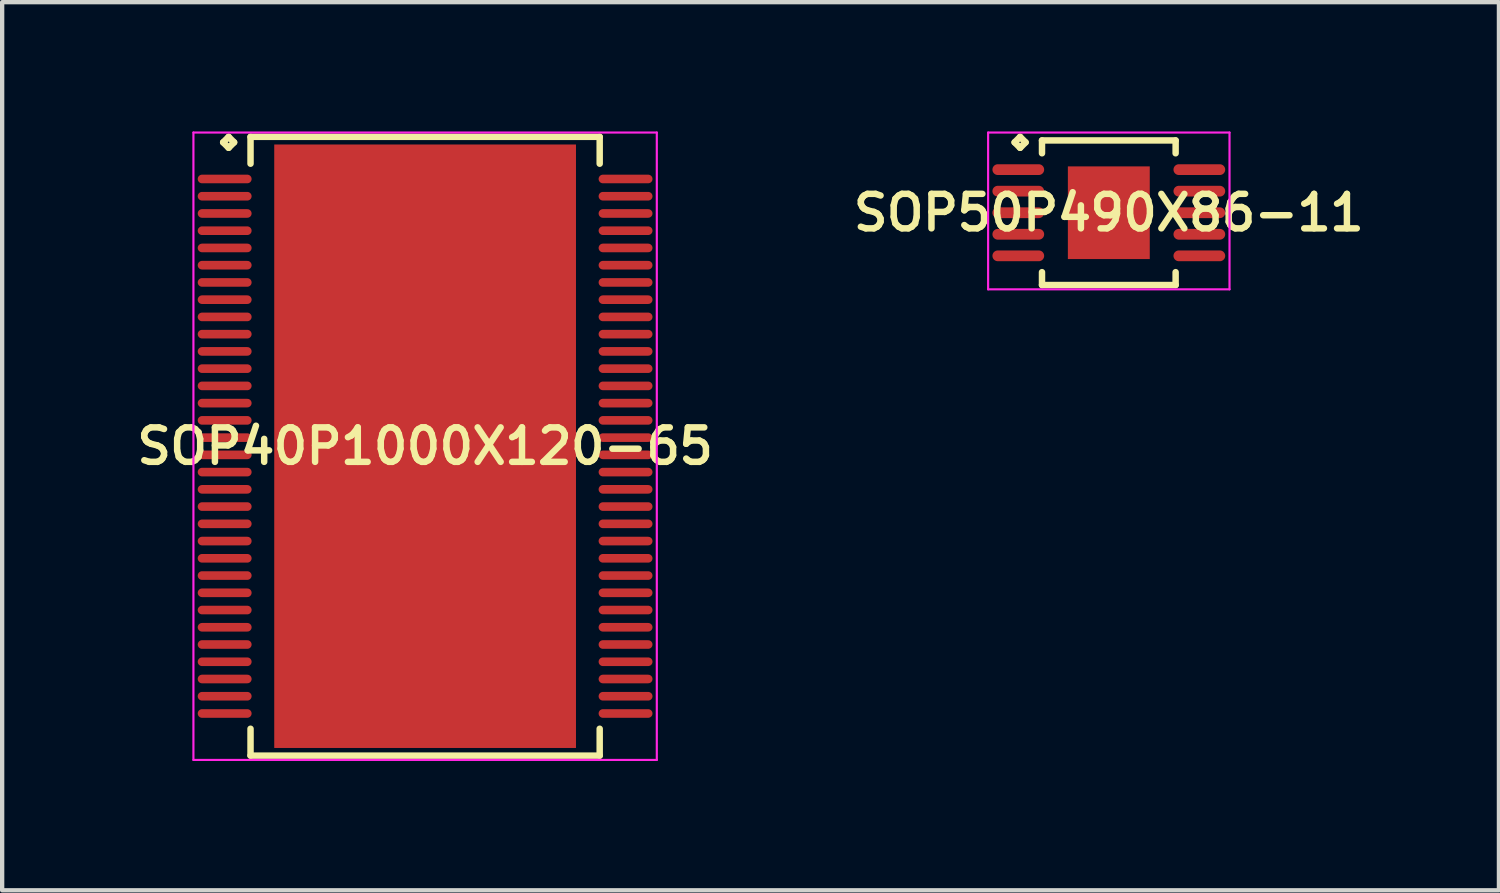
<source format=kicad_pcb>
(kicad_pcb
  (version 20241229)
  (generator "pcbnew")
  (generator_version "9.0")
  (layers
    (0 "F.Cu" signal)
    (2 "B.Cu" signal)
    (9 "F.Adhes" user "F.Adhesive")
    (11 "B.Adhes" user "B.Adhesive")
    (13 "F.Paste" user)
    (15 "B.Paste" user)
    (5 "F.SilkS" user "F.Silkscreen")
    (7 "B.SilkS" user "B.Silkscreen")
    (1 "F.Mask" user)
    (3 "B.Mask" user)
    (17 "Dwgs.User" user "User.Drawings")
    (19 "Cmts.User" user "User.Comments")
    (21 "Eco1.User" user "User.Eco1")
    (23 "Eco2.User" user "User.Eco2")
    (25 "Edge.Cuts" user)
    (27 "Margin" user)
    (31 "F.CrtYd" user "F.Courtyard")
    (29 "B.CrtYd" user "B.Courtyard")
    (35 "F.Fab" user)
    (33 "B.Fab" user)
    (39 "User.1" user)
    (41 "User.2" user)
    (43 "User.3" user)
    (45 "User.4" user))
  (footprint "SOP50P490X86-11"
    (layer "F.Cu")
    (at 22.673 1.885)
    (property "Reference" "SOP50P490X86-11" (at 0 0 0) (layer "F.SilkS") (effects (font (size 0.8 0.8) (thickness 0.15))))
    (attr smd)
    (fp_line (start -2.185 -1.633) (end -2.058 -1.76) (stroke (width 0.15) (type solid)) (layer "F.SilkS"))
    (fp_line (start -2.058 -1.76) (end -1.931 -1.633) (stroke (width 0.15) (type solid)) (layer "F.SilkS"))
    (fp_line (start -2.058 -1.506) (end -2.185 -1.633) (stroke (width 0.15) (type solid)) (layer "F.SilkS"))
    (fp_line (start -1.931 -1.633) (end -2.058 -1.506) (stroke (width 0.15) (type solid)) (layer "F.SilkS"))
    (fp_line (start -1.55 -1.677) (end 1.55 -1.677) (stroke (width 0.15) (type solid)) (layer "F.SilkS"))
    (fp_line (start -1.55 -1.379) (end -1.55 -1.677) (stroke (width 0.15) (type solid)) (layer "F.SilkS"))
    (fp_line (start -1.55 1.379) (end -1.55 1.677) (stroke (width 0.15) (type solid)) (layer "F.SilkS"))
    (fp_line (start -1.55 1.677) (end 1.55 1.677) (stroke (width 0.15) (type solid)) (layer "F.SilkS"))
    (fp_line (start 1.55 -1.677) (end 1.55 -1.379) (stroke (width 0.15) (type solid)) (layer "F.SilkS"))
    (fp_line (start 1.55 1.677) (end 1.55 1.379) (stroke (width 0.15) (type solid)) (layer "F.SilkS"))
    (fp_line (start -2.8 -1.86) (end 2.8 -1.86) (stroke (width 0.05) (type solid)) (layer "F.CrtYd"))
    (fp_line (start -2.8 1.777) (end -2.8 -1.86) (stroke (width 0.05) (type solid)) (layer "F.CrtYd"))
    (fp_line (start 2.8 -1.86) (end 2.8 1.777) (stroke (width 0.05) (type solid)) (layer "F.CrtYd"))
    (fp_line (start 2.8 1.777) (end -2.8 1.777) (stroke (width 0.05) (type solid)) (layer "F.CrtYd"))
    (pad "1" smd oval (at -2.1 -1) (size 1.2 0.25) (layers "F.Cu" "F.Mask" "F.Paste"))
    (pad "2" smd oval (at -2.1 -0.5) (size 1.2 0.25) (layers "F.Cu" "F.Mask" "F.Paste"))
    (pad "3" smd oval (at -2.1 0) (size 1.2 0.25) (layers "F.Cu" "F.Mask" "F.Paste"))
    (pad "4" smd oval (at -2.1 0.5) (size 1.2 0.25) (layers "F.Cu" "F.Mask" "F.Paste"))
    (pad "5" smd oval (at -2.1 1) (size 1.2 0.25) (layers "F.Cu" "F.Mask" "F.Paste"))
    (pad "6" smd oval (at 2.1 1) (size 1.2 0.25) (layers "F.Cu" "F.Mask" "F.Paste"))
    (pad "7" smd oval (at 2.1 0.5) (size 1.2 0.25) (layers "F.Cu" "F.Mask" "F.Paste"))
    (pad "8" smd oval (at 2.1 0) (size 1.2 0.25) (layers "F.Cu" "F.Mask" "F.Paste"))
    (pad "9" smd oval (at 2.1 -0.5) (size 1.2 0.25) (layers "F.Cu" "F.Mask" "F.Paste"))
    (pad "10" smd oval (at 2.1 -1) (size 1.2 0.25) (layers "F.Cu" "F.Mask" "F.Paste"))
    (pad "11" smd rect (at 0 0) (size 1.9 2.15) (layers "F.Cu" "F.Mask" "F.Paste")))
  (footprint "SOP40P1000X120-65"
    (layer "F.Cu")
    (at 6.812 7.302)
    (property "Reference" "SOP40P1000X120-65" (at 0 0 0) (layer "F.SilkS") (effects (font (size 0.8 0.8) (thickness 0.15))))
    (attr smd)
    (fp_line (start -4.685 -7.05) (end -4.558 -7.177) (stroke (width 0.15) (type solid)) (layer "F.SilkS"))
    (fp_line (start -4.558 -7.177) (end -4.431 -7.05) (stroke (width 0.15) (type solid)) (layer "F.SilkS"))
    (fp_line (start -4.558 -6.923) (end -4.685 -7.05) (stroke (width 0.15) (type solid)) (layer "F.SilkS"))
    (fp_line (start -4.431 -7.05) (end -4.558 -6.923) (stroke (width 0.15) (type solid)) (layer "F.SilkS"))
    (fp_line (start -4.05 -7.177) (end 4.05 -7.177) (stroke (width 0.15) (type solid)) (layer "F.SilkS"))
    (fp_line (start -4.05 -6.554) (end -4.05 -7.177) (stroke (width 0.15) (type solid)) (layer "F.SilkS"))
    (fp_line (start -4.05 6.554) (end -4.05 7.177) (stroke (width 0.15) (type solid)) (layer "F.SilkS"))
    (fp_line (start -4.05 7.177) (end 4.05 7.177) (stroke (width 0.15) (type solid)) (layer "F.SilkS"))
    (fp_line (start 4.05 -7.177) (end 4.05 -6.554) (stroke (width 0.15) (type solid)) (layer "F.SilkS"))
    (fp_line (start 4.05 7.177) (end 4.05 6.554) (stroke (width 0.15) (type solid)) (layer "F.SilkS"))
    (fp_line (start -5.375 -7.277) (end 5.375 -7.277) (stroke (width 0.05) (type solid)) (layer "F.CrtYd"))
    (fp_line (start -5.375 7.277) (end -5.375 -7.277) (stroke (width 0.05) (type solid)) (layer "F.CrtYd"))
    (fp_line (start 5.375 -7.277) (end 5.375 7.277) (stroke (width 0.05) (type solid)) (layer "F.CrtYd"))
    (fp_line (start 5.375 7.277) (end -5.375 7.277) (stroke (width 0.05) (type solid)) (layer "F.CrtYd"))
    (pad "1" smd oval (at -4.65 -6.2) (size 1.25 0.2) (layers "F.Cu" "F.Mask" "F.Paste"))
    (pad "2" smd oval (at -4.65 -5.8) (size 1.25 0.2) (layers "F.Cu" "F.Mask" "F.Paste"))
    (pad "3" smd oval (at -4.65 -5.4) (size 1.25 0.2) (layers "F.Cu" "F.Mask" "F.Paste"))
    (pad "4" smd oval (at -4.65 -5) (size 1.25 0.2) (layers "F.Cu" "F.Mask" "F.Paste"))
    (pad "5" smd oval (at -4.65 -4.6) (size 1.25 0.2) (layers "F.Cu" "F.Mask" "F.Paste"))
    (pad "6" smd oval (at -4.65 -4.2) (size 1.25 0.2) (layers "F.Cu" "F.Mask" "F.Paste"))
    (pad "7" smd oval (at -4.65 -3.8) (size 1.25 0.2) (layers "F.Cu" "F.Mask" "F.Paste"))
    (pad "8" smd oval (at -4.65 -3.4) (size 1.25 0.2) (layers "F.Cu" "F.Mask" "F.Paste"))
    (pad "9" smd oval (at -4.65 -3) (size 1.25 0.2) (layers "F.Cu" "F.Mask" "F.Paste"))
    (pad "10" smd oval (at -4.65 -2.6) (size 1.25 0.2) (layers "F.Cu" "F.Mask" "F.Paste"))
    (pad "11" smd oval (at -4.65 -2.2) (size 1.25 0.2) (layers "F.Cu" "F.Mask" "F.Paste"))
    (pad "12" smd oval (at -4.65 -1.8) (size 1.25 0.2) (layers "F.Cu" "F.Mask" "F.Paste"))
    (pad "13" smd oval (at -4.65 -1.4) (size 1.25 0.2) (layers "F.Cu" "F.Mask" "F.Paste"))
    (pad "14" smd oval (at -4.65 -1) (size 1.25 0.2) (layers "F.Cu" "F.Mask" "F.Paste"))
    (pad "15" smd oval (at -4.65 -0.6) (size 1.25 0.2) (layers "F.Cu" "F.Mask" "F.Paste"))
    (pad "16" smd oval (at -4.65 -0.2) (size 1.25 0.2) (layers "F.Cu" "F.Mask" "F.Paste"))
    (pad "17" smd oval (at -4.65 0.2) (size 1.25 0.2) (layers "F.Cu" "F.Mask" "F.Paste"))
    (pad "18" smd oval (at -4.65 0.6) (size 1.25 0.2) (layers "F.Cu" "F.Mask" "F.Paste"))
    (pad "19" smd oval (at -4.65 1) (size 1.25 0.2) (layers "F.Cu" "F.Mask" "F.Paste"))
    (pad "20" smd oval (at -4.65 1.4) (size 1.25 0.2) (layers "F.Cu" "F.Mask" "F.Paste"))
    (pad "21" smd oval (at -4.65 1.8) (size 1.25 0.2) (layers "F.Cu" "F.Mask" "F.Paste"))
    (pad "22" smd oval (at -4.65 2.2) (size 1.25 0.2) (layers "F.Cu" "F.Mask" "F.Paste"))
    (pad "23" smd oval (at -4.65 2.6) (size 1.25 0.2) (layers "F.Cu" "F.Mask" "F.Paste"))
    (pad "24" smd oval (at -4.65 3) (size 1.25 0.2) (layers "F.Cu" "F.Mask" "F.Paste"))
    (pad "25" smd oval (at -4.65 3.4) (size 1.25 0.2) (layers "F.Cu" "F.Mask" "F.Paste"))
    (pad "26" smd oval (at -4.65 3.8) (size 1.25 0.2) (layers "F.Cu" "F.Mask" "F.Paste"))
    (pad "27" smd oval (at -4.65 4.2) (size 1.25 0.2) (layers "F.Cu" "F.Mask" "F.Paste"))
    (pad "28" smd oval (at -4.65 4.6) (size 1.25 0.2) (layers "F.Cu" "F.Mask" "F.Paste"))
    (pad "29" smd oval (at -4.65 5) (size 1.25 0.2) (layers "F.Cu" "F.Mask" "F.Paste"))
    (pad "30" smd oval (at -4.65 5.4) (size 1.25 0.2) (layers "F.Cu" "F.Mask" "F.Paste"))
    (pad "31" smd oval (at -4.65 5.8) (size 1.25 0.2) (layers "F.Cu" "F.Mask" "F.Paste"))
    (pad "32" smd oval (at -4.65 6.2) (size 1.25 0.2) (layers "F.Cu" "F.Mask" "F.Paste"))
    (pad "33" smd oval (at 4.65 6.2) (size 1.25 0.2) (layers "F.Cu" "F.Mask" "F.Paste"))
    (pad "34" smd oval (at 4.65 5.8) (size 1.25 0.2) (layers "F.Cu" "F.Mask" "F.Paste"))
    (pad "35" smd oval (at 4.65 5.4) (size 1.25 0.2) (layers "F.Cu" "F.Mask" "F.Paste"))
    (pad "36" smd oval (at 4.65 5) (size 1.25 0.2) (layers "F.Cu" "F.Mask" "F.Paste"))
    (pad "37" smd oval (at 4.65 4.6) (size 1.25 0.2) (layers "F.Cu" "F.Mask" "F.Paste"))
    (pad "38" smd oval (at 4.65 4.2) (size 1.25 0.2) (layers "F.Cu" "F.Mask" "F.Paste"))
    (pad "39" smd oval (at 4.65 3.8) (size 1.25 0.2) (layers "F.Cu" "F.Mask" "F.Paste"))
    (pad "40" smd oval (at 4.65 3.4) (size 1.25 0.2) (layers "F.Cu" "F.Mask" "F.Paste"))
    (pad "41" smd oval (at 4.65 3) (size 1.25 0.2) (layers "F.Cu" "F.Mask" "F.Paste"))
    (pad "42" smd oval (at 4.65 2.6) (size 1.25 0.2) (layers "F.Cu" "F.Mask" "F.Paste"))
    (pad "43" smd oval (at 4.65 2.2) (size 1.25 0.2) (layers "F.Cu" "F.Mask" "F.Paste"))
    (pad "44" smd oval (at 4.65 1.8) (size 1.25 0.2) (layers "F.Cu" "F.Mask" "F.Paste"))
    (pad "45" smd oval (at 4.65 1.4) (size 1.25 0.2) (layers "F.Cu" "F.Mask" "F.Paste"))
    (pad "46" smd oval (at 4.65 1) (size 1.25 0.2) (layers "F.Cu" "F.Mask" "F.Paste"))
    (pad "47" smd oval (at 4.65 0.6) (size 1.25 0.2) (layers "F.Cu" "F.Mask" "F.Paste"))
    (pad "48" smd oval (at 4.65 0.2) (size 1.25 0.2) (layers "F.Cu" "F.Mask" "F.Paste"))
    (pad "49" smd oval (at 4.65 -0.2) (size 1.25 0.2) (layers "F.Cu" "F.Mask" "F.Paste"))
    (pad "50" smd oval (at 4.65 -0.6) (size 1.25 0.2) (layers "F.Cu" "F.Mask" "F.Paste"))
    (pad "51" smd oval (at 4.65 -1) (size 1.25 0.2) (layers "F.Cu" "F.Mask" "F.Paste"))
    (pad "52" smd oval (at 4.65 -1.4) (size 1.25 0.2) (layers "F.Cu" "F.Mask" "F.Paste"))
    (pad "53" smd oval (at 4.65 -1.8) (size 1.25 0.2) (layers "F.Cu" "F.Mask" "F.Paste"))
    (pad "54" smd oval (at 4.65 -2.2) (size 1.25 0.2) (layers "F.Cu" "F.Mask" "F.Paste"))
    (pad "55" smd oval (at 4.65 -2.6) (size 1.25 0.2) (layers "F.Cu" "F.Mask" "F.Paste"))
    (pad "56" smd oval (at 4.65 -3) (size 1.25 0.2) (layers "F.Cu" "F.Mask" "F.Paste"))
    (pad "57" smd oval (at 4.65 -3.4) (size 1.25 0.2) (layers "F.Cu" "F.Mask" "F.Paste"))
    (pad "58" smd oval (at 4.65 -3.8) (size 1.25 0.2) (layers "F.Cu" "F.Mask" "F.Paste"))
    (pad "59" smd oval (at 4.65 -4.2) (size 1.25 0.2) (layers "F.Cu" "F.Mask" "F.Paste"))
    (pad "60" smd oval (at 4.65 -4.6) (size 1.25 0.2) (layers "F.Cu" "F.Mask" "F.Paste"))
    (pad "61" smd oval (at 4.65 -5) (size 1.25 0.2) (layers "F.Cu" "F.Mask" "F.Paste"))
    (pad "62" smd oval (at 4.65 -5.4) (size 1.25 0.2) (layers "F.Cu" "F.Mask" "F.Paste"))
    (pad "63" smd oval (at 4.65 -5.8) (size 1.25 0.2) (layers "F.Cu" "F.Mask" "F.Paste"))
    (pad "64" smd oval (at 4.65 -6.2) (size 1.25 0.2) (layers "F.Cu" "F.Mask" "F.Paste"))
    (pad "65" smd rect (at 0 0) (size 7 14) (layers "F.Cu" "F.Mask" "F.Paste")))
  (gr_rect
    (start -3 -3)
    (end 31.723 17.604)
    (stroke (width 0.1) (type default))
    (fill no)
    (layer "Edge.Cuts")))
</source>
